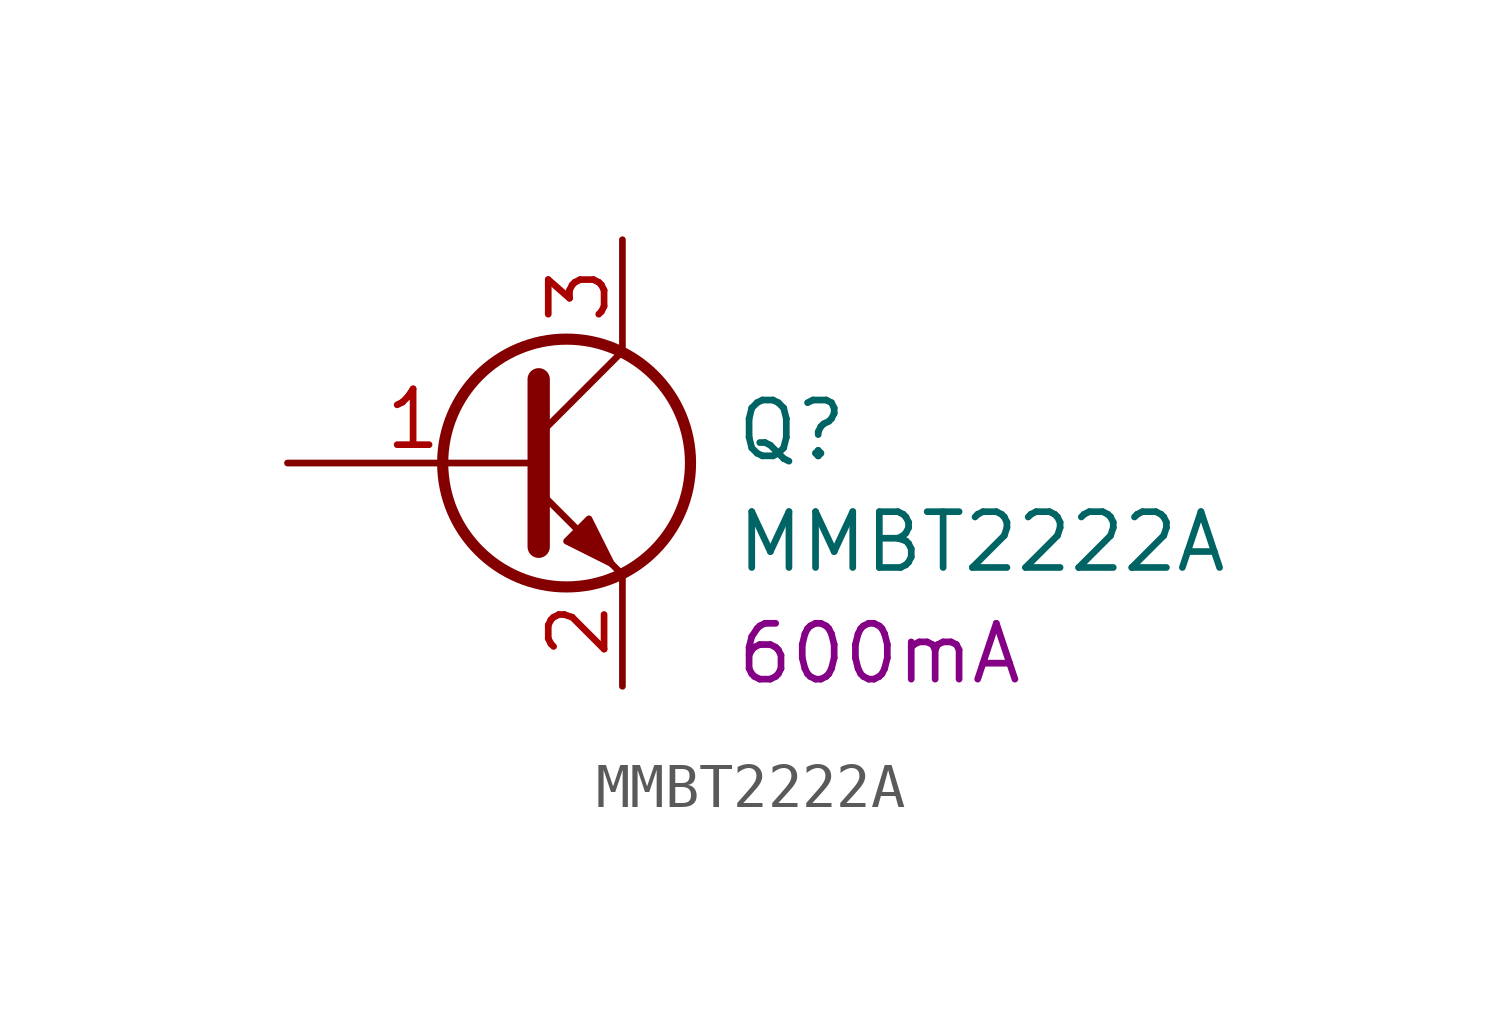
<source format=kicad_sym>
(kicad_symbol_lib
  (version 20211014)
  (generator kicad_symbol_editor)
  (symbol "MMBT2222A"
    (pin_names
      (offset 0.254) hide)
    (property "Reference" "Q"
      (at 10.16 0 0)
      (effects (font (size 1.27 1.27)) (justify left bottom)))
    (property "Value" "MMBT2222A"
      (at 10.16 -2.54 0)
      (effects (font (size 1.27 1.27)) (justify left bottom)))
    (property "IMAX" "600mA"
      (at 10.16 -5.08 0)
      (effects (font (size 1.27 1.27)) (justify left bottom)))
    (symbol "MMBT2222A_0_1"
      (polyline (pts (xy 5.715 0.635) (xy 7.62 2.54)) (stroke (width 0) (type default) (color 0 0 0 0)) (fill (type none)))
      (polyline (pts (xy 5.715 -0.635) (xy 7.62 -2.54) (xy 7.62 -2.54)) (stroke (width 0) (type default) (color 0 0 0 0)) (fill (type none)))
      (polyline (pts (xy 5.715 1.905) (xy 5.715 -1.905) (xy 5.715 -1.905)) (stroke (width 0.508) (type default) (color 0 0 0 0)) (fill (type none)))
      (polyline (pts (xy 6.35 -1.778) (xy 6.858 -1.27) (xy 7.366 -2.286) (xy 6.35 -1.778) (xy 6.35 -1.778)) (stroke (width 0) (type default) (color 0 0 0 0)) (fill (type outline)))
      (circle (center 6.35 0) (radius 2.819) (stroke (width 0.254) (type default) (color 0 0 0 0)) (fill (type none))))
    (symbol "MMBT2222A_1_1"
      (pin input line (at 0 0 0) (length 5.715) (name "B" (effects (font (size 1.27 1.27)))) (number "1" (effects (font (size 1.27 1.27)))))
      (pin passive line (at 7.62 -5.08 90) (length 2.54) (name "E" (effects (font (size 1.27 1.27)))) (number "2" (effects (font (size 1.27 1.27)))))
      (pin passive line (at 7.62 5.08 270) (length 2.54) (name "C" (effects (font (size 1.27 1.27)))) (number "3" (effects (font (size 1.27 1.27))))))))
</source>
